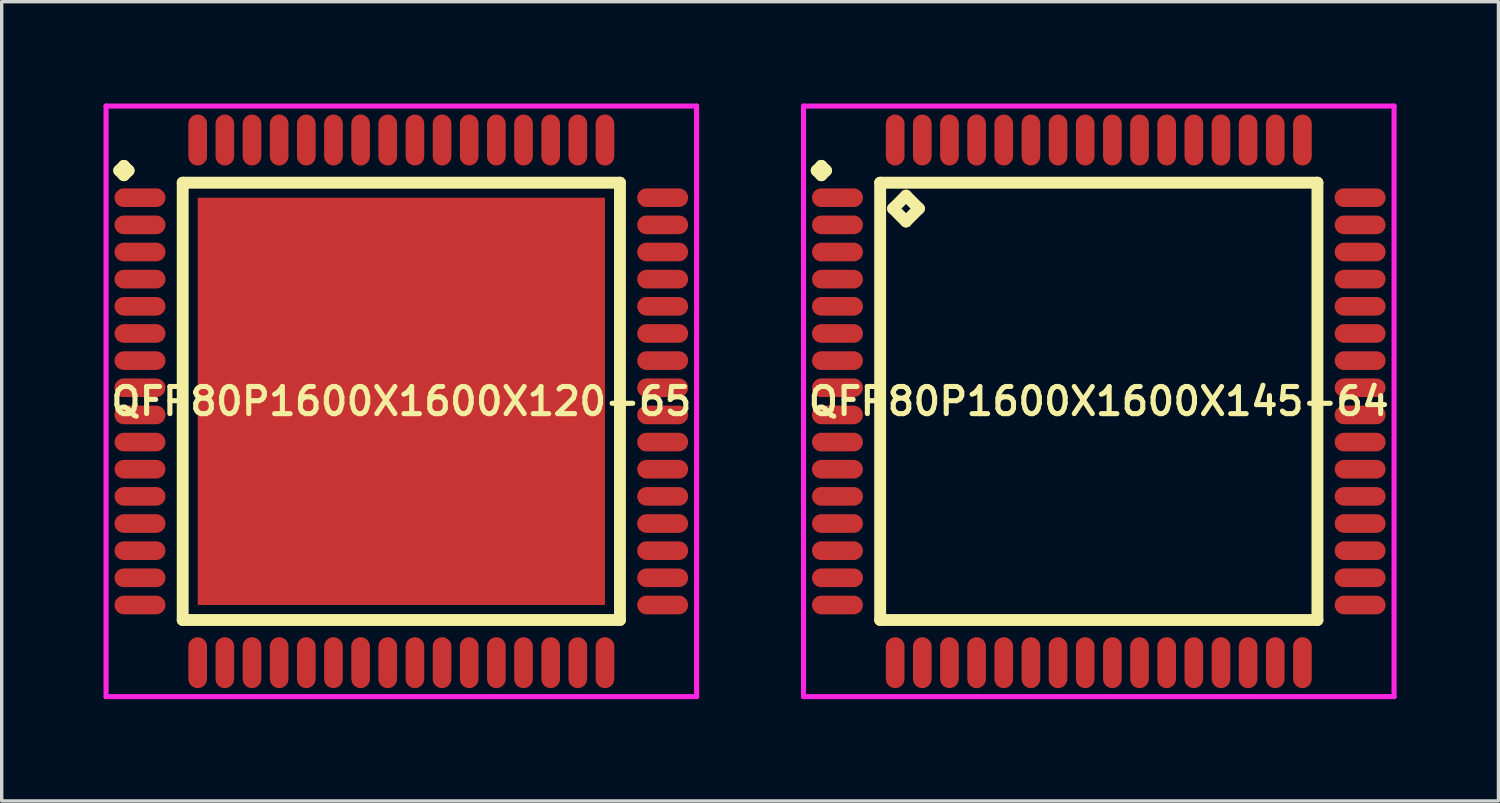
<source format=kicad_pcb>
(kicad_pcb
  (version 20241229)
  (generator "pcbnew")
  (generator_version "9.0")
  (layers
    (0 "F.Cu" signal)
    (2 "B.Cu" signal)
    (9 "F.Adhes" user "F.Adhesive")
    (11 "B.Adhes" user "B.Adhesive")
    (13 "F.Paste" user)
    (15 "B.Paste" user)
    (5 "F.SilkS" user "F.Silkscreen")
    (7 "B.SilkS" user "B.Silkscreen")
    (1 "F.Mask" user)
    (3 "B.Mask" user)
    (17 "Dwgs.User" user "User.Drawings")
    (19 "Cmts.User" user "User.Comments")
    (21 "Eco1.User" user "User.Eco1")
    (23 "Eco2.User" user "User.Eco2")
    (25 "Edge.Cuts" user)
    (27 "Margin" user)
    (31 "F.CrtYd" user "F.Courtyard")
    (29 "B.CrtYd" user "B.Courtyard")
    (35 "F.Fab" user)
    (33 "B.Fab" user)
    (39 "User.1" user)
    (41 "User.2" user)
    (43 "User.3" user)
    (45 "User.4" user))
  (footprint "QFP80P1600X1600X145-64"
    (layer "F.Cu")
    (at 29.325 8.775)
    (property "Reference" "QFP80P1600X1600X145-64" (at 0 0 0) (layer "F.SilkS") (effects (font (size 0.8 0.8) (thickness 0.15))))
    (attr smd)
    (fp_line (start -8.312 -6.8) (end -8.175 -6.938) (stroke (width 0.35) (type solid)) (layer "F.SilkS"))
    (fp_line (start -8.175 -6.938) (end -8.037 -6.8) (stroke (width 0.35) (type solid)) (layer "F.SilkS"))
    (fp_line (start -8.175 -6.662) (end -8.312 -6.8) (stroke (width 0.35) (type solid)) (layer "F.SilkS"))
    (fp_line (start -8.037 -6.8) (end -8.175 -6.662) (stroke (width 0.35) (type solid)) (layer "F.SilkS"))
    (fp_line (start -6.442 -6.442) (end -6.442 6.442) (stroke (width 0.35) (type solid)) (layer "F.SilkS"))
    (fp_line (start -6.442 6.442) (end 6.442 6.442) (stroke (width 0.35) (type solid)) (layer "F.SilkS"))
    (fp_line (start -6.061 -5.68) (end -5.68 -6.061) (stroke (width 0.35) (type solid)) (layer "F.SilkS"))
    (fp_line (start -5.68 -6.061) (end -5.299 -5.68) (stroke (width 0.35) (type solid)) (layer "F.SilkS"))
    (fp_line (start -5.68 -5.299) (end -6.061 -5.68) (stroke (width 0.35) (type solid)) (layer "F.SilkS"))
    (fp_line (start -5.299 -5.68) (end -5.68 -5.299) (stroke (width 0.35) (type solid)) (layer "F.SilkS"))
    (fp_line (start 6.442 -6.442) (end -6.442 -6.442) (stroke (width 0.35) (type solid)) (layer "F.SilkS"))
    (fp_line (start 6.442 6.442) (end 6.442 -6.442) (stroke (width 0.35) (type solid)) (layer "F.SilkS"))
    (fp_line (start -8.7 -8.7) (end 8.7 -8.7) (stroke (width 0.15) (type solid)) (layer "F.CrtYd"))
    (fp_line (start -8.7 8.7) (end -8.7 -8.7) (stroke (width 0.15) (type solid)) (layer "F.CrtYd"))
    (fp_line (start 8.7 -8.7) (end 8.7 8.7) (stroke (width 0.15) (type solid)) (layer "F.CrtYd"))
    (fp_line (start 8.7 8.7) (end -8.7 8.7) (stroke (width 0.15) (type solid)) (layer "F.CrtYd"))
    (pad "1" smd oval (at -7.7 -6) (size 1.5 0.55) (layers "F.Cu" "F.Mask" "F.Paste"))
    (pad "2" smd oval (at -7.7 -5.2) (size 1.5 0.55) (layers "F.Cu" "F.Mask" "F.Paste"))
    (pad "3" smd oval (at -7.7 -4.4) (size 1.5 0.55) (layers "F.Cu" "F.Mask" "F.Paste"))
    (pad "4" smd oval (at -7.7 -3.6) (size 1.5 0.55) (layers "F.Cu" "F.Mask" "F.Paste"))
    (pad "5" smd oval (at -7.7 -2.8) (size 1.5 0.55) (layers "F.Cu" "F.Mask" "F.Paste"))
    (pad "6" smd oval (at -7.7 -2) (size 1.5 0.55) (layers "F.Cu" "F.Mask" "F.Paste"))
    (pad "7" smd oval (at -7.7 -1.2) (size 1.5 0.55) (layers "F.Cu" "F.Mask" "F.Paste"))
    (pad "8" smd oval (at -7.7 -0.4) (size 1.5 0.55) (layers "F.Cu" "F.Mask" "F.Paste"))
    (pad "9" smd oval (at -7.7 0.4) (size 1.5 0.55) (layers "F.Cu" "F.Mask" "F.Paste"))
    (pad "10" smd oval (at -7.7 1.2) (size 1.5 0.55) (layers "F.Cu" "F.Mask" "F.Paste"))
    (pad "11" smd oval (at -7.7 2) (size 1.5 0.55) (layers "F.Cu" "F.Mask" "F.Paste"))
    (pad "12" smd oval (at -7.7 2.8) (size 1.5 0.55) (layers "F.Cu" "F.Mask" "F.Paste"))
    (pad "13" smd oval (at -7.7 3.6) (size 1.5 0.55) (layers "F.Cu" "F.Mask" "F.Paste"))
    (pad "14" smd oval (at -7.7 4.4) (size 1.5 0.55) (layers "F.Cu" "F.Mask" "F.Paste"))
    (pad "15" smd oval (at -7.7 5.2) (size 1.5 0.55) (layers "F.Cu" "F.Mask" "F.Paste"))
    (pad "16" smd oval (at -7.7 6) (size 1.5 0.55) (layers "F.Cu" "F.Mask" "F.Paste"))
    (pad "17" smd oval (at -6 7.7) (size 0.55 1.5) (layers "F.Cu" "F.Mask" "F.Paste"))
    (pad "18" smd oval (at -5.2 7.7) (size 0.55 1.5) (layers "F.Cu" "F.Mask" "F.Paste"))
    (pad "19" smd oval (at -4.4 7.7) (size 0.55 1.5) (layers "F.Cu" "F.Mask" "F.Paste"))
    (pad "20" smd oval (at -3.6 7.7) (size 0.55 1.5) (layers "F.Cu" "F.Mask" "F.Paste"))
    (pad "21" smd oval (at -2.8 7.7) (size 0.55 1.5) (layers "F.Cu" "F.Mask" "F.Paste"))
    (pad "22" smd oval (at -2 7.7) (size 0.55 1.5) (layers "F.Cu" "F.Mask" "F.Paste"))
    (pad "23" smd oval (at -1.2 7.7) (size 0.55 1.5) (layers "F.Cu" "F.Mask" "F.Paste"))
    (pad "24" smd oval (at -0.4 7.7) (size 0.55 1.5) (layers "F.Cu" "F.Mask" "F.Paste"))
    (pad "25" smd oval (at 0.4 7.7) (size 0.55 1.5) (layers "F.Cu" "F.Mask" "F.Paste"))
    (pad "26" smd oval (at 1.2 7.7) (size 0.55 1.5) (layers "F.Cu" "F.Mask" "F.Paste"))
    (pad "27" smd oval (at 2 7.7) (size 0.55 1.5) (layers "F.Cu" "F.Mask" "F.Paste"))
    (pad "28" smd oval (at 2.8 7.7) (size 0.55 1.5) (layers "F.Cu" "F.Mask" "F.Paste"))
    (pad "29" smd oval (at 3.6 7.7) (size 0.55 1.5) (layers "F.Cu" "F.Mask" "F.Paste"))
    (pad "30" smd oval (at 4.4 7.7) (size 0.55 1.5) (layers "F.Cu" "F.Mask" "F.Paste"))
    (pad "31" smd oval (at 5.2 7.7) (size 0.55 1.5) (layers "F.Cu" "F.Mask" "F.Paste"))
    (pad "32" smd oval (at 6 7.7) (size 0.55 1.5) (layers "F.Cu" "F.Mask" "F.Paste"))
    (pad "33" smd oval (at 7.7 6) (size 1.5 0.55) (layers "F.Cu" "F.Mask" "F.Paste"))
    (pad "34" smd oval (at 7.7 5.2) (size 1.5 0.55) (layers "F.Cu" "F.Mask" "F.Paste"))
    (pad "35" smd oval (at 7.7 4.4) (size 1.5 0.55) (layers "F.Cu" "F.Mask" "F.Paste"))
    (pad "36" smd oval (at 7.7 3.6) (size 1.5 0.55) (layers "F.Cu" "F.Mask" "F.Paste"))
    (pad "37" smd oval (at 7.7 2.8) (size 1.5 0.55) (layers "F.Cu" "F.Mask" "F.Paste"))
    (pad "38" smd oval (at 7.7 2) (size 1.5 0.55) (layers "F.Cu" "F.Mask" "F.Paste"))
    (pad "39" smd oval (at 7.7 1.2) (size 1.5 0.55) (layers "F.Cu" "F.Mask" "F.Paste"))
    (pad "40" smd oval (at 7.7 0.4) (size 1.5 0.55) (layers "F.Cu" "F.Mask" "F.Paste"))
    (pad "41" smd oval (at 7.7 -0.4) (size 1.5 0.55) (layers "F.Cu" "F.Mask" "F.Paste"))
    (pad "42" smd oval (at 7.7 -1.2) (size 1.5 0.55) (layers "F.Cu" "F.Mask" "F.Paste"))
    (pad "43" smd oval (at 7.7 -2) (size 1.5 0.55) (layers "F.Cu" "F.Mask" "F.Paste"))
    (pad "44" smd oval (at 7.7 -2.8) (size 1.5 0.55) (layers "F.Cu" "F.Mask" "F.Paste"))
    (pad "45" smd oval (at 7.7 -3.6) (size 1.5 0.55) (layers "F.Cu" "F.Mask" "F.Paste"))
    (pad "46" smd oval (at 7.7 -4.4) (size 1.5 0.55) (layers "F.Cu" "F.Mask" "F.Paste"))
    (pad "47" smd oval (at 7.7 -5.2) (size 1.5 0.55) (layers "F.Cu" "F.Mask" "F.Paste"))
    (pad "48" smd oval (at 7.7 -6) (size 1.5 0.55) (layers "F.Cu" "F.Mask" "F.Paste"))
    (pad "49" smd oval (at 6 -7.7) (size 0.55 1.5) (layers "F.Cu" "F.Mask" "F.Paste"))
    (pad "50" smd oval (at 5.2 -7.7) (size 0.55 1.5) (layers "F.Cu" "F.Mask" "F.Paste"))
    (pad "51" smd oval (at 4.4 -7.7) (size 0.55 1.5) (layers "F.Cu" "F.Mask" "F.Paste"))
    (pad "52" smd oval (at 3.6 -7.7) (size 0.55 1.5) (layers "F.Cu" "F.Mask" "F.Paste"))
    (pad "53" smd oval (at 2.8 -7.7) (size 0.55 1.5) (layers "F.Cu" "F.Mask" "F.Paste"))
    (pad "54" smd oval (at 2 -7.7) (size 0.55 1.5) (layers "F.Cu" "F.Mask" "F.Paste"))
    (pad "55" smd oval (at 1.2 -7.7) (size 0.55 1.5) (layers "F.Cu" "F.Mask" "F.Paste"))
    (pad "56" smd oval (at 0.4 -7.7) (size 0.55 1.5) (layers "F.Cu" "F.Mask" "F.Paste"))
    (pad "57" smd oval (at -0.4 -7.7) (size 0.55 1.5) (layers "F.Cu" "F.Mask" "F.Paste"))
    (pad "58" smd oval (at -1.2 -7.7) (size 0.55 1.5) (layers "F.Cu" "F.Mask" "F.Paste"))
    (pad "59" smd oval (at -2 -7.7) (size 0.55 1.5) (layers "F.Cu" "F.Mask" "F.Paste"))
    (pad "60" smd oval (at -2.8 -7.7) (size 0.55 1.5) (layers "F.Cu" "F.Mask" "F.Paste"))
    (pad "61" smd oval (at -3.6 -7.7) (size 0.55 1.5) (layers "F.Cu" "F.Mask" "F.Paste"))
    (pad "62" smd oval (at -4.4 -7.7) (size 0.55 1.5) (layers "F.Cu" "F.Mask" "F.Paste"))
    (pad "63" smd oval (at -5.2 -7.7) (size 0.55 1.5) (layers "F.Cu" "F.Mask" "F.Paste"))
    (pad "64" smd oval (at -6 -7.7) (size 0.55 1.5) (layers "F.Cu" "F.Mask" "F.Paste")))
  (footprint "QFP80P1600X1600X120-65"
    (layer "F.Cu")
    (at 8.775 8.775)
    (property "Reference" "QFP80P1600X1600X120-65" (at 0 0 0) (layer "F.SilkS") (effects (font (size 0.8 0.8) (thickness 0.15))))
    (attr through_hole)
    (fp_line (start -8.312 -6.8) (end -8.175 -6.938) (stroke (width 0.35) (type solid)) (layer "F.SilkS"))
    (fp_line (start -8.175 -6.938) (end -8.037 -6.8) (stroke (width 0.35) (type solid)) (layer "F.SilkS"))
    (fp_line (start -8.175 -6.662) (end -8.312 -6.8) (stroke (width 0.35) (type solid)) (layer "F.SilkS"))
    (fp_line (start -8.037 -6.8) (end -8.175 -6.662) (stroke (width 0.35) (type solid)) (layer "F.SilkS"))
    (fp_line (start -6.442 -6.442) (end -6.442 6.442) (stroke (width 0.35) (type solid)) (layer "F.SilkS"))
    (fp_line (start -6.442 6.442) (end 6.442 6.442) (stroke (width 0.35) (type solid)) (layer "F.SilkS"))
    (fp_line (start 6.442 -6.442) (end -6.442 -6.442) (stroke (width 0.35) (type solid)) (layer "F.SilkS"))
    (fp_line (start 6.442 6.442) (end 6.442 -6.442) (stroke (width 0.35) (type solid)) (layer "F.SilkS"))
    (fp_line (start -8.7 -8.7) (end 8.7 -8.7) (stroke (width 0.15) (type solid)) (layer "F.CrtYd"))
    (fp_line (start -8.7 8.7) (end -8.7 -8.7) (stroke (width 0.15) (type solid)) (layer "F.CrtYd"))
    (fp_line (start 8.7 -8.7) (end 8.7 8.7) (stroke (width 0.15) (type solid)) (layer "F.CrtYd"))
    (fp_line (start 8.7 8.7) (end -8.7 8.7) (stroke (width 0.15) (type solid)) (layer "F.CrtYd"))
    (pad "1" smd oval (at -7.7 -6) (size 1.5 0.55) (layers "F.Cu" "F.Mask" "F.Paste"))
    (pad "2" smd oval (at -7.7 -5.2) (size 1.5 0.55) (layers "F.Cu" "F.Mask" "F.Paste"))
    (pad "3" smd oval (at -7.7 -4.4) (size 1.5 0.55) (layers "F.Cu" "F.Mask" "F.Paste"))
    (pad "4" smd oval (at -7.7 -3.6) (size 1.5 0.55) (layers "F.Cu" "F.Mask" "F.Paste"))
    (pad "5" smd oval (at -7.7 -2.8) (size 1.5 0.55) (layers "F.Cu" "F.Mask" "F.Paste"))
    (pad "6" smd oval (at -7.7 -2) (size 1.5 0.55) (layers "F.Cu" "F.Mask" "F.Paste"))
    (pad "7" smd oval (at -7.7 -1.2) (size 1.5 0.55) (layers "F.Cu" "F.Mask" "F.Paste"))
    (pad "8" smd oval (at -7.7 -0.4) (size 1.5 0.55) (layers "F.Cu" "F.Mask" "F.Paste"))
    (pad "9" smd oval (at -7.7 0.4) (size 1.5 0.55) (layers "F.Cu" "F.Mask" "F.Paste"))
    (pad "10" smd oval (at -7.7 1.2) (size 1.5 0.55) (layers "F.Cu" "F.Mask" "F.Paste"))
    (pad "11" smd oval (at -7.7 2) (size 1.5 0.55) (layers "F.Cu" "F.Mask" "F.Paste"))
    (pad "12" smd oval (at -7.7 2.8) (size 1.5 0.55) (layers "F.Cu" "F.Mask" "F.Paste"))
    (pad "13" smd oval (at -7.7 3.6) (size 1.5 0.55) (layers "F.Cu" "F.Mask" "F.Paste"))
    (pad "14" smd oval (at -7.7 4.4) (size 1.5 0.55) (layers "F.Cu" "F.Mask" "F.Paste"))
    (pad "15" smd oval (at -7.7 5.2) (size 1.5 0.55) (layers "F.Cu" "F.Mask" "F.Paste"))
    (pad "16" smd oval (at -7.7 6) (size 1.5 0.55) (layers "F.Cu" "F.Mask" "F.Paste"))
    (pad "17" smd oval (at -6 7.7) (size 0.55 1.5) (layers "F.Cu" "F.Mask" "F.Paste"))
    (pad "18" smd oval (at -5.2 7.7) (size 0.55 1.5) (layers "F.Cu" "F.Mask" "F.Paste"))
    (pad "19" smd oval (at -4.4 7.7) (size 0.55 1.5) (layers "F.Cu" "F.Mask" "F.Paste"))
    (pad "20" smd oval (at -3.6 7.7) (size 0.55 1.5) (layers "F.Cu" "F.Mask" "F.Paste"))
    (pad "21" smd oval (at -2.8 7.7) (size 0.55 1.5) (layers "F.Cu" "F.Mask" "F.Paste"))
    (pad "22" smd oval (at -2 7.7) (size 0.55 1.5) (layers "F.Cu" "F.Mask" "F.Paste"))
    (pad "23" smd oval (at -1.2 7.7) (size 0.55 1.5) (layers "F.Cu" "F.Mask" "F.Paste"))
    (pad "24" smd oval (at -0.4 7.7) (size 0.55 1.5) (layers "F.Cu" "F.Mask" "F.Paste"))
    (pad "25" smd oval (at 0.4 7.7) (size 0.55 1.5) (layers "F.Cu" "F.Mask" "F.Paste"))
    (pad "26" smd oval (at 1.2 7.7) (size 0.55 1.5) (layers "F.Cu" "F.Mask" "F.Paste"))
    (pad "27" smd oval (at 2 7.7) (size 0.55 1.5) (layers "F.Cu" "F.Mask" "F.Paste"))
    (pad "28" smd oval (at 2.8 7.7) (size 0.55 1.5) (layers "F.Cu" "F.Mask" "F.Paste"))
    (pad "29" smd oval (at 3.6 7.7) (size 0.55 1.5) (layers "F.Cu" "F.Mask" "F.Paste"))
    (pad "30" smd oval (at 4.4 7.7) (size 0.55 1.5) (layers "F.Cu" "F.Mask" "F.Paste"))
    (pad "31" smd oval (at 5.2 7.7) (size 0.55 1.5) (layers "F.Cu" "F.Mask" "F.Paste"))
    (pad "32" smd oval (at 6 7.7) (size 0.55 1.5) (layers "F.Cu" "F.Mask" "F.Paste"))
    (pad "33" smd oval (at 7.7 6) (size 1.5 0.55) (layers "F.Cu" "F.Mask" "F.Paste"))
    (pad "34" smd oval (at 7.7 5.2) (size 1.5 0.55) (layers "F.Cu" "F.Mask" "F.Paste"))
    (pad "35" smd oval (at 7.7 4.4) (size 1.5 0.55) (layers "F.Cu" "F.Mask" "F.Paste"))
    (pad "36" smd oval (at 7.7 3.6) (size 1.5 0.55) (layers "F.Cu" "F.Mask" "F.Paste"))
    (pad "37" smd oval (at 7.7 2.8) (size 1.5 0.55) (layers "F.Cu" "F.Mask" "F.Paste"))
    (pad "38" smd oval (at 7.7 2) (size 1.5 0.55) (layers "F.Cu" "F.Mask" "F.Paste"))
    (pad "39" smd oval (at 7.7 1.2) (size 1.5 0.55) (layers "F.Cu" "F.Mask" "F.Paste"))
    (pad "40" smd oval (at 7.7 0.4) (size 1.5 0.55) (layers "F.Cu" "F.Mask" "F.Paste"))
    (pad "41" smd oval (at 7.7 -0.4) (size 1.5 0.55) (layers "F.Cu" "F.Mask" "F.Paste"))
    (pad "42" smd oval (at 7.7 -1.2) (size 1.5 0.55) (layers "F.Cu" "F.Mask" "F.Paste"))
    (pad "43" smd oval (at 7.7 -2) (size 1.5 0.55) (layers "F.Cu" "F.Mask" "F.Paste"))
    (pad "44" smd oval (at 7.7 -2.8) (size 1.5 0.55) (layers "F.Cu" "F.Mask" "F.Paste"))
    (pad "45" smd oval (at 7.7 -3.6) (size 1.5 0.55) (layers "F.Cu" "F.Mask" "F.Paste"))
    (pad "46" smd oval (at 7.7 -4.4) (size 1.5 0.55) (layers "F.Cu" "F.Mask" "F.Paste"))
    (pad "47" smd oval (at 7.7 -5.2) (size 1.5 0.55) (layers "F.Cu" "F.Mask" "F.Paste"))
    (pad "48" smd oval (at 7.7 -6) (size 1.5 0.55) (layers "F.Cu" "F.Mask" "F.Paste"))
    (pad "49" smd oval (at 6 -7.7) (size 0.55 1.5) (layers "F.Cu" "F.Mask" "F.Paste"))
    (pad "50" smd oval (at 5.2 -7.7) (size 0.55 1.5) (layers "F.Cu" "F.Mask" "F.Paste"))
    (pad "51" smd oval (at 4.4 -7.7) (size 0.55 1.5) (layers "F.Cu" "F.Mask" "F.Paste"))
    (pad "52" smd oval (at 3.6 -7.7) (size 0.55 1.5) (layers "F.Cu" "F.Mask" "F.Paste"))
    (pad "53" smd oval (at 2.8 -7.7) (size 0.55 1.5) (layers "F.Cu" "F.Mask" "F.Paste"))
    (pad "54" smd oval (at 2 -7.7) (size 0.55 1.5) (layers "F.Cu" "F.Mask" "F.Paste"))
    (pad "55" smd oval (at 1.2 -7.7) (size 0.55 1.5) (layers "F.Cu" "F.Mask" "F.Paste"))
    (pad "56" smd oval (at 0.4 -7.7) (size 0.55 1.5) (layers "F.Cu" "F.Mask" "F.Paste"))
    (pad "57" smd oval (at -0.4 -7.7) (size 0.55 1.5) (layers "F.Cu" "F.Mask" "F.Paste"))
    (pad "58" smd oval (at -1.2 -7.7) (size 0.55 1.5) (layers "F.Cu" "F.Mask" "F.Paste"))
    (pad "59" smd oval (at -2 -7.7) (size 0.55 1.5) (layers "F.Cu" "F.Mask" "F.Paste"))
    (pad "60" smd oval (at -2.8 -7.7) (size 0.55 1.5) (layers "F.Cu" "F.Mask" "F.Paste"))
    (pad "61" smd oval (at -3.6 -7.7) (size 0.55 1.5) (layers "F.Cu" "F.Mask" "F.Paste"))
    (pad "62" smd oval (at -4.4 -7.7) (size 0.55 1.5) (layers "F.Cu" "F.Mask" "F.Paste"))
    (pad "63" smd oval (at -5.2 -7.7) (size 0.55 1.5) (layers "F.Cu" "F.Mask" "F.Paste"))
    (pad "64" smd oval (at -6 -7.7) (size 0.55 1.5) (layers "F.Cu" "F.Mask" "F.Paste"))
    (pad "65" smd rect (at 0 0) (size 12 12) (layers "F.Cu" "F.Mask" "F.Paste")))
  (gr_rect
    (start -3 -3)
    (end 41.1 20.55)
    (stroke (width 0.1) (type default))
    (fill no)
    (layer "Edge.Cuts")))
</source>
